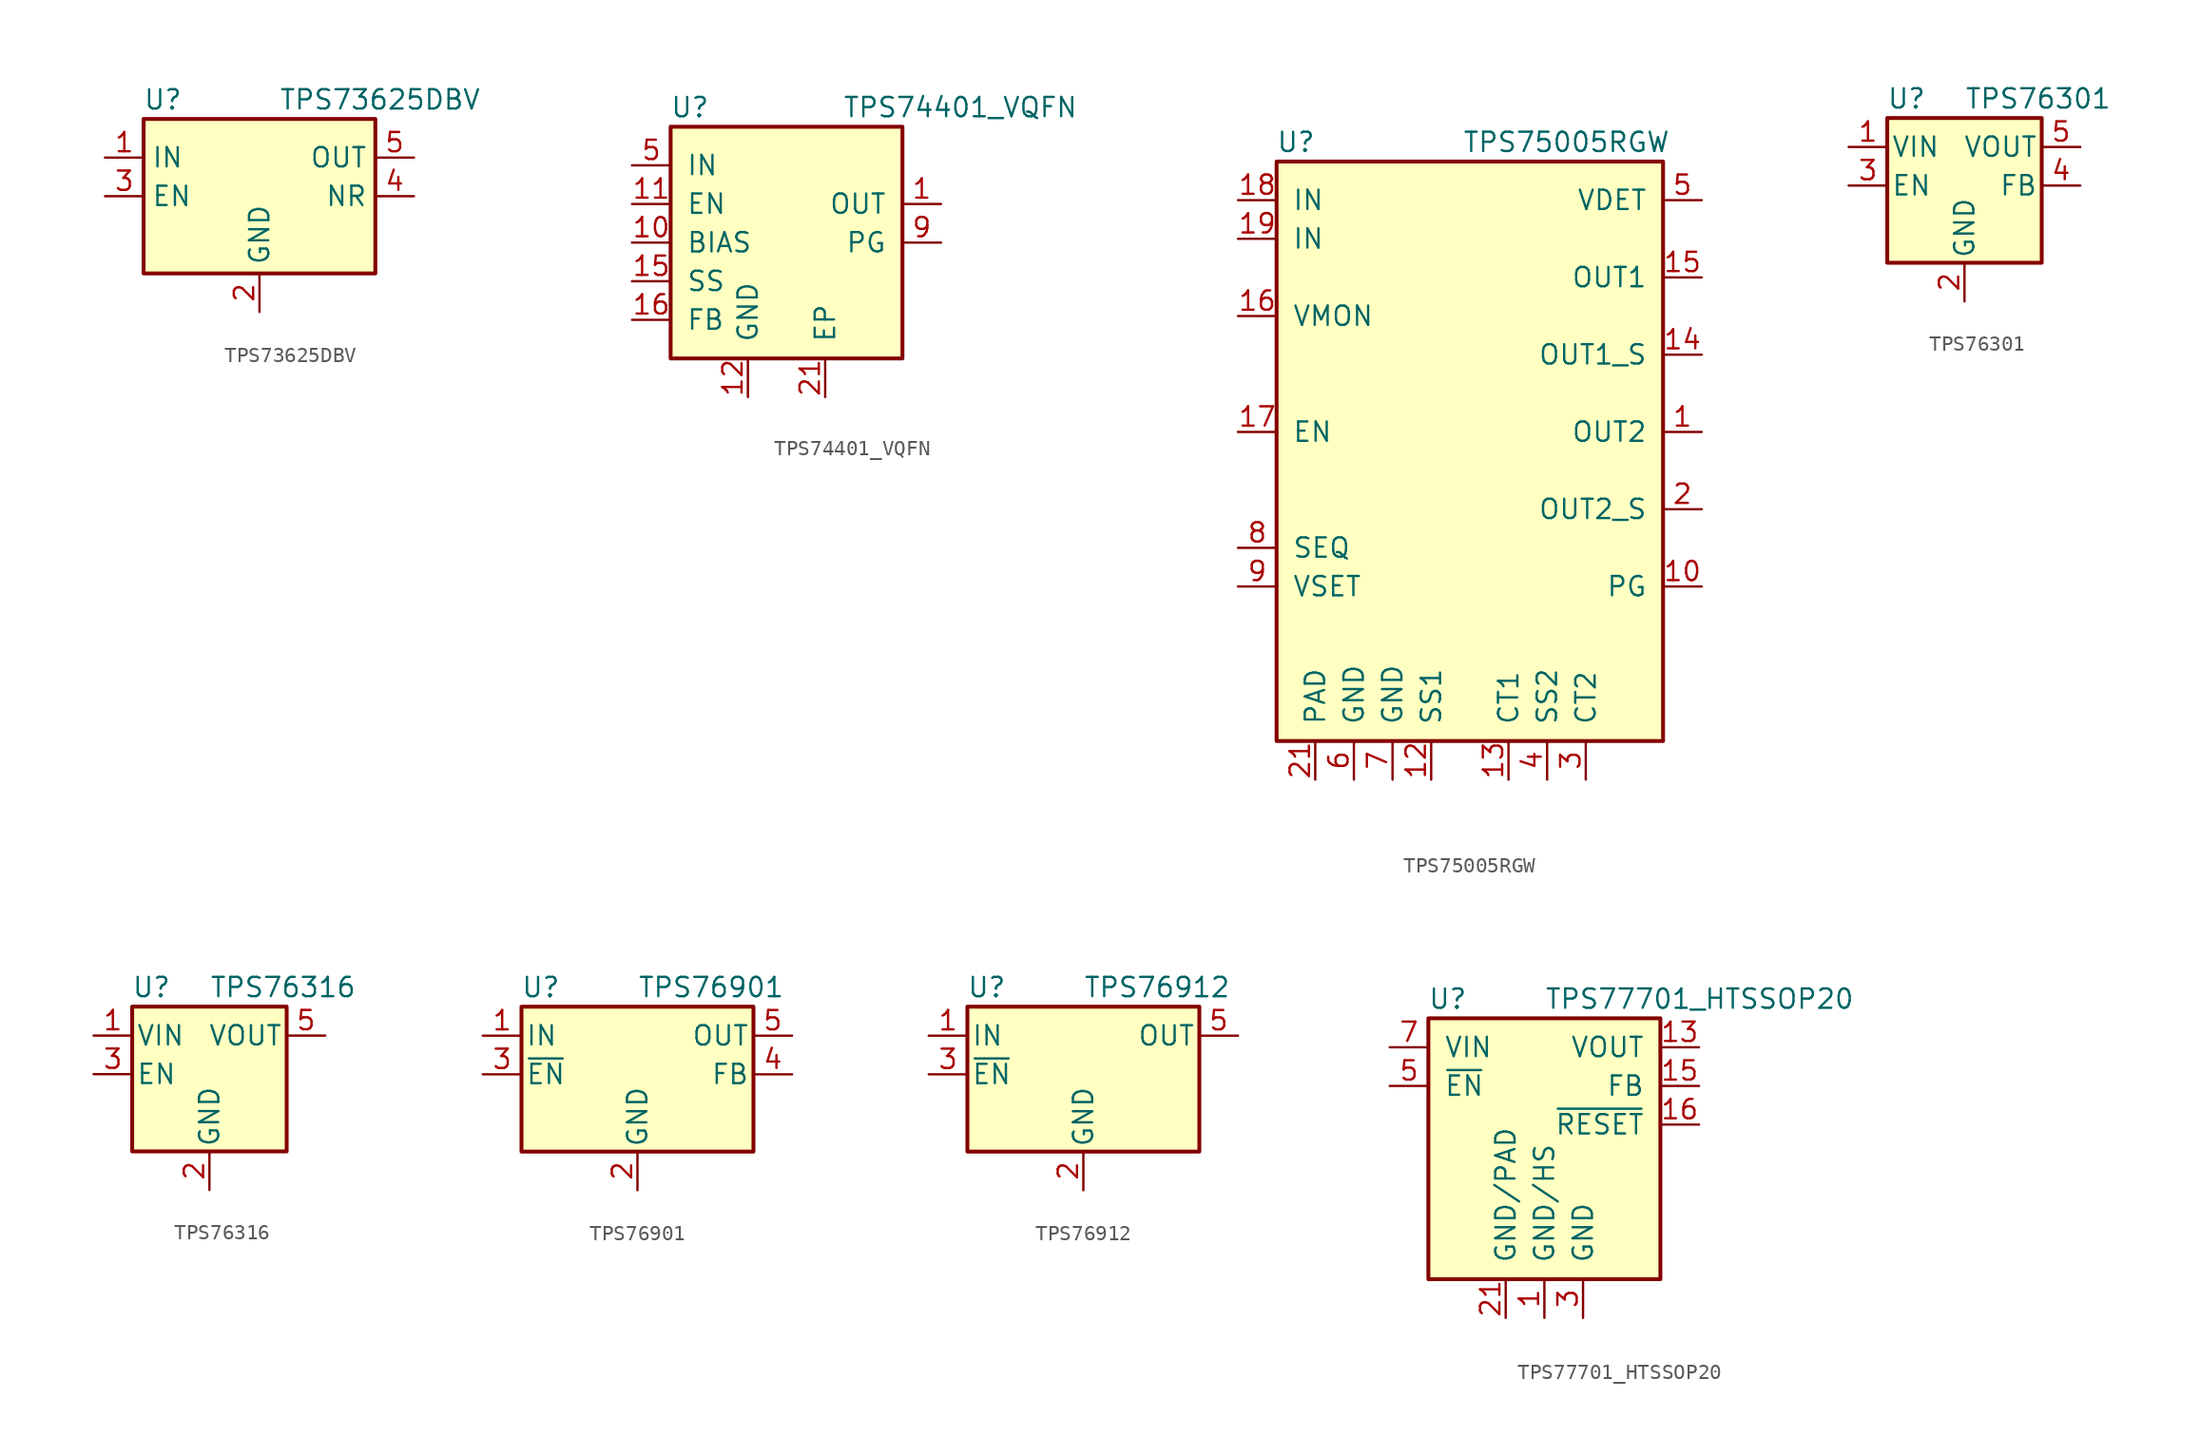
<source format=kicad_sym>
(kicad_symbol_lib
  (version 20241209)
  (generator "kicad_symbol_editor")
  (generator_version "9.0")
  (symbol "TPS73625DBV"
    (property "Reference" "U"
      (at -6.35 6.35 0)
      (effects (font (size 1.27 1.27))))
    (property "Value" "TPS73625DBV"
      (at 1.27 6.35 0)
      (effects (font (size 1.27 1.27)) (justify left)))
    (symbol "TPS73625DBV_0_1"
      (rectangle (start -7.62 -5.08) (end 7.62 5.08) (stroke (width 0.254) (type default)) (fill (type background))))
    (symbol "TPS73625DBV_1_1"
      (pin power_in line (at -10.16 2.54 0) (length 2.54) (name "IN" (effects (font (size 1.27 1.27)))) (number "1" (effects (font (size 1.27 1.27)))))
      (pin input line (at -10.16 0 0) (length 2.54) (name "EN" (effects (font (size 1.27 1.27)))) (number "3" (effects (font (size 1.27 1.27)))))
      (pin power_in line (at 0 -7.62 90) (length 2.54) (name "GND" (effects (font (size 1.27 1.27)))) (number "2" (effects (font (size 1.27 1.27)))))
      (pin power_out line (at 10.16 2.54 180) (length 2.54) (name "OUT" (effects (font (size 1.27 1.27)))) (number "5" (effects (font (size 1.27 1.27)))))
      (pin passive line (at 10.16 0 180) (length 2.54) (name "NR" (effects (font (size 1.27 1.27)))) (number "4" (effects (font (size 1.27 1.27)))))))
  (symbol "TPS74401_VQFN"
    (pin_names
      (offset 1.016))
    (property "Reference" "U"
      (at -6.35 8.89 0)
      (effects (font (size 1.27 1.27))))
    (property "Value" "TPS74401_VQFN"
      (at 11.43 8.89 0)
      (effects (font (size 1.27 1.27))))
    (symbol "TPS74401_VQFN_0_1"
      (rectangle (start -7.62 7.62) (end 7.62 -7.62) (stroke (width 0.254) (type default)) (fill (type background))))
    (symbol "TPS74401_VQFN_1_1"
      (pin power_in line (at -10.16 5.08 0) (length 2.54) (name "IN" (effects (font (size 1.27 1.27)))) (number "5" (effects (font (size 1.27 1.27)))))
      (pin passive line (at -10.16 5.08 0) (length 2.54) (hide yes) (name "IN" (effects (font (size 1.27 1.27)))) (number "6" (effects (font (size 1.27 1.27)))))
      (pin passive line (at -10.16 5.08 0) (length 2.54) (hide yes) (name "IN" (effects (font (size 1.27 1.27)))) (number "7" (effects (font (size 1.27 1.27)))))
      (pin passive line (at -10.16 5.08 0) (length 2.54) (hide yes) (name "IN" (effects (font (size 1.27 1.27)))) (number "8" (effects (font (size 1.27 1.27)))))
      (pin input line (at -10.16 2.54 0) (length 2.54) (name "EN" (effects (font (size 1.27 1.27)))) (number "11" (effects (font (size 1.27 1.27)))))
      (pin input line (at -10.16 0 0) (length 2.54) (name "BIAS" (effects (font (size 1.27 1.27)))) (number "10" (effects (font (size 1.27 1.27)))))
      (pin input line (at -10.16 -2.54 0) (length 2.54) (name "SS" (effects (font (size 1.27 1.27)))) (number "15" (effects (font (size 1.27 1.27)))))
      (pin input line (at -10.16 -5.08 0) (length 2.54) (name "FB" (effects (font (size 1.27 1.27)))) (number "16" (effects (font (size 1.27 1.27)))))
      (pin no_connect line (at -2.54 7.62 270) (length 2.54) (hide yes) (name "NC" (effects (font (size 1.27 1.27)))) (number "2" (effects (font (size 1.27 1.27)))))
      (pin power_in line (at -2.54 -10.16 90) (length 2.54) (name "GND" (effects (font (size 1.27 1.27)))) (number "12" (effects (font (size 1.27 1.27)))))
      (pin no_connect line (at 0 7.62 270) (length 2.54) (hide yes) (name "NC" (effects (font (size 1.27 1.27)))) (number "3" (effects (font (size 1.27 1.27)))))
      (pin no_connect line (at 0 -7.62 90) (length 2.54) (hide yes) (name "NC" (effects (font (size 1.27 1.27)))) (number "13" (effects (font (size 1.27 1.27)))))
      (pin no_connect line (at 2.54 7.62 270) (length 2.54) (hide yes) (name "NC" (effects (font (size 1.27 1.27)))) (number "4" (effects (font (size 1.27 1.27)))))
      (pin power_in line (at 2.54 -10.16 90) (length 2.54) (name "EP" (effects (font (size 1.27 1.27)))) (number "21" (effects (font (size 1.27 1.27)))))
      (pin no_connect line (at 7.62 -2.54 180) (length 2.54) (hide yes) (name "NC" (effects (font (size 1.27 1.27)))) (number "17" (effects (font (size 1.27 1.27)))))
      (pin no_connect line (at 7.62 -5.08 180) (length 2.54) (hide yes) (name "NC" (effects (font (size 1.27 1.27)))) (number "14" (effects (font (size 1.27 1.27)))))
      (pin power_out line (at 10.16 2.54 180) (length 2.54) (name "OUT" (effects (font (size 1.27 1.27)))) (number "1" (effects (font (size 1.27 1.27)))))
      (pin passive line (at 10.16 2.54 180) (length 2.54) (hide yes) (name "OUT" (effects (font (size 1.27 1.27)))) (number "18" (effects (font (size 1.27 1.27)))))
      (pin passive line (at 10.16 2.54 180) (length 2.54) (hide yes) (name "OUT" (effects (font (size 1.27 1.27)))) (number "19" (effects (font (size 1.27 1.27)))))
      (pin passive line (at 10.16 2.54 180) (length 2.54) (hide yes) (name "OUT" (effects (font (size 1.27 1.27)))) (number "20" (effects (font (size 1.27 1.27)))))
      (pin output line (at 10.16 0 180) (length 2.54) (name "PG" (effects (font (size 1.27 1.27)))) (number "9" (effects (font (size 1.27 1.27)))))))
  (symbol "TPS75005RGW"
    (pin_names
      (offset 1.016))
    (property "Reference" "U"
      (at -11.43 19.05 0)
      (effects (font (size 1.27 1.27))))
    (property "Value" "TPS75005RGW"
      (at 6.35 19.05 0)
      (effects (font (size 1.27 1.27))))
    (symbol "TPS75005RGW_0_1"
      (rectangle (start -12.7 17.78) (end 12.7 -20.32) (stroke (width 0.254) (type default)) (fill (type background))))
    (symbol "TPS75005RGW_1_1"
      (pin power_in line (at -15.24 15.24 0) (length 2.54) (name "IN" (effects (font (size 1.27 1.27)))) (number "18" (effects (font (size 1.27 1.27)))))
      (pin power_in line (at -15.24 12.7 0) (length 2.54) (name "IN" (effects (font (size 1.27 1.27)))) (number "19" (effects (font (size 1.27 1.27)))))
      (pin input line (at -15.24 7.62 0) (length 2.54) (name "VMON" (effects (font (size 1.27 1.27)))) (number "16" (effects (font (size 1.27 1.27)))))
      (pin input line (at -15.24 0 0) (length 2.54) (name "EN" (effects (font (size 1.27 1.27)))) (number "17" (effects (font (size 1.27 1.27)))))
      (pin input line (at -15.24 -7.62 0) (length 2.54) (name "SEQ" (effects (font (size 1.27 1.27)))) (number "8" (effects (font (size 1.27 1.27)))))
      (pin input line (at -15.24 -10.16 0) (length 2.54) (name "VSET" (effects (font (size 1.27 1.27)))) (number "9" (effects (font (size 1.27 1.27)))))
      (pin no_connect line (at -12.7 -2.54 0) (length 2.54) (hide yes) (name "NC" (effects (font (size 1.27 1.27)))) (number "20" (effects (font (size 1.27 1.27)))))
      (pin no_connect line (at -12.7 -5.08 0) (length 2.54) (hide yes) (name "TEST" (effects (font (size 1.27 1.27)))) (number "11" (effects (font (size 1.27 1.27)))))
      (pin power_in line (at -10.16 -22.86 90) (length 2.54) (name "PAD" (effects (font (size 1.27 1.27)))) (number "21" (effects (font (size 1.27 1.27)))))
      (pin power_in line (at -7.62 -22.86 90) (length 2.54) (name "GND" (effects (font (size 1.27 1.27)))) (number "6" (effects (font (size 1.27 1.27)))))
      (pin power_in line (at -5.08 -22.86 90) (length 2.54) (name "GND" (effects (font (size 1.27 1.27)))) (number "7" (effects (font (size 1.27 1.27)))))
      (pin input line (at -2.54 -22.86 90) (length 2.54) (name "SS1" (effects (font (size 1.27 1.27)))) (number "12" (effects (font (size 1.27 1.27)))))
      (pin passive line (at 2.54 -22.86 90) (length 2.54) (name "CT1" (effects (font (size 1.27 1.27)))) (number "13" (effects (font (size 1.27 1.27)))))
      (pin input line (at 5.08 -22.86 90) (length 2.54) (name "SS2" (effects (font (size 1.27 1.27)))) (number "4" (effects (font (size 1.27 1.27)))))
      (pin passive line (at 7.62 -22.86 90) (length 2.54) (name "CT2" (effects (font (size 1.27 1.27)))) (number "3" (effects (font (size 1.27 1.27)))))
      (pin output line (at 15.24 15.24 180) (length 2.54) (name "VDET" (effects (font (size 1.27 1.27)))) (number "5" (effects (font (size 1.27 1.27)))))
      (pin power_out line (at 15.24 10.16 180) (length 2.54) (name "OUT1" (effects (font (size 1.27 1.27)))) (number "15" (effects (font (size 1.27 1.27)))))
      (pin input line (at 15.24 5.08 180) (length 2.54) (name "OUT1_S" (effects (font (size 1.27 1.27)))) (number "14" (effects (font (size 1.27 1.27)))))
      (pin power_out line (at 15.24 0 180) (length 2.54) (name "OUT2" (effects (font (size 1.27 1.27)))) (number "1" (effects (font (size 1.27 1.27)))))
      (pin input line (at 15.24 -5.08 180) (length 2.54) (name "OUT2_S" (effects (font (size 1.27 1.27)))) (number "2" (effects (font (size 1.27 1.27)))))
      (pin output line (at 15.24 -10.16 180) (length 2.54) (name "PG" (effects (font (size 1.27 1.27)))) (number "10" (effects (font (size 1.27 1.27)))))))
  (symbol "TPS76301"
    (pin_names
      (offset 0.254))
    (property "Reference" "U"
      (at -3.81 5.715 0)
      (effects (font (size 1.27 1.27))))
    (property "Value" "TPS76301"
      (at 0 5.715 0)
      (effects (font (size 1.27 1.27)) (justify left)))
    (symbol "TPS76301_0_1"
      (rectangle (start -5.08 4.445) (end 5.08 -5.08) (stroke (width 0.254) (type default)) (fill (type background))))
    (symbol "TPS76301_1_1"
      (pin power_in line (at -7.62 2.54 0) (length 2.54) (name "VIN" (effects (font (size 1.27 1.27)))) (number "1" (effects (font (size 1.27 1.27)))))
      (pin input line (at -7.62 0 0) (length 2.54) (name "EN" (effects (font (size 1.27 1.27)))) (number "3" (effects (font (size 1.27 1.27)))))
      (pin power_in line (at 0 -7.62 90) (length 2.54) (name "GND" (effects (font (size 1.27 1.27)))) (number "2" (effects (font (size 1.27 1.27)))))
      (pin power_out line (at 7.62 2.54 180) (length 2.54) (name "VOUT" (effects (font (size 1.27 1.27)))) (number "5" (effects (font (size 1.27 1.27)))))
      (pin input line (at 7.62 0 180) (length 2.54) (name "FB" (effects (font (size 1.27 1.27)))) (number "4" (effects (font (size 1.27 1.27)))))))
  (symbol "TPS76316"
    (pin_names
      (offset 0.254))
    (property "Reference" "U"
      (at -3.81 5.715 0)
      (effects (font (size 1.27 1.27))))
    (property "Value" "TPS76316"
      (at 0 5.715 0)
      (effects (font (size 1.27 1.27)) (justify left)))
    (symbol "TPS76316_0_1"
      (rectangle (start -5.08 4.445) (end 5.08 -5.08) (stroke (width 0.254) (type default)) (fill (type background))))
    (symbol "TPS76316_1_1"
      (pin power_in line (at -7.62 2.54 0) (length 2.54) (name "VIN" (effects (font (size 1.27 1.27)))) (number "1" (effects (font (size 1.27 1.27)))))
      (pin input line (at -7.62 0 0) (length 2.54) (name "EN" (effects (font (size 1.27 1.27)))) (number "3" (effects (font (size 1.27 1.27)))))
      (pin power_in line (at 0 -7.62 90) (length 2.54) (name "GND" (effects (font (size 1.27 1.27)))) (number "2" (effects (font (size 1.27 1.27)))))
      (pin no_connect line (at 5.08 0 180) (length 2.54) (hide yes) (name "NC" (effects (font (size 1.27 1.27)))) (number "4" (effects (font (size 1.27 1.27)))))
      (pin power_out line (at 7.62 2.54 180) (length 2.54) (name "VOUT" (effects (font (size 1.27 1.27)))) (number "5" (effects (font (size 1.27 1.27)))))))
  (symbol "TPS76901"
    (pin_names
      (offset 0.254))
    (property "Reference" "U"
      (at -6.35 5.715 0)
      (effects (font (size 1.27 1.27))))
    (property "Value" "TPS76901"
      (at 0 5.715 0)
      (effects (font (size 1.27 1.27)) (justify left)))
    (symbol "TPS76901_0_1"
      (rectangle (start -7.62 4.445) (end 7.62 -5.08) (stroke (width 0.254) (type default)) (fill (type background))))
    (symbol "TPS76901_1_1"
      (pin power_in line (at -10.16 2.54 0) (length 2.54) (name "IN" (effects (font (size 1.27 1.27)))) (number "1" (effects (font (size 1.27 1.27)))))
      (pin input line (at -10.16 0 0) (length 2.54) (name "~{EN}" (effects (font (size 1.27 1.27)))) (number "3" (effects (font (size 1.27 1.27)))))
      (pin power_in line (at 0 -7.62 90) (length 2.54) (name "GND" (effects (font (size 1.27 1.27)))) (number "2" (effects (font (size 1.27 1.27)))))
      (pin power_out line (at 10.16 2.54 180) (length 2.54) (name "OUT" (effects (font (size 1.27 1.27)))) (number "5" (effects (font (size 1.27 1.27)))))
      (pin input line (at 10.16 0 180) (length 2.54) (name "FB" (effects (font (size 1.27 1.27)))) (number "4" (effects (font (size 1.27 1.27)))))))
  (symbol "TPS76912"
    (pin_names
      (offset 0.254))
    (property "Reference" "U"
      (at -6.35 5.715 0)
      (effects (font (size 1.27 1.27))))
    (property "Value" "TPS76912"
      (at 0 5.715 0)
      (effects (font (size 1.27 1.27)) (justify left)))
    (symbol "TPS76912_0_1"
      (rectangle (start -7.62 4.445) (end 7.62 -5.08) (stroke (width 0.254) (type default)) (fill (type background))))
    (symbol "TPS76912_1_1"
      (pin power_in line (at -10.16 2.54 0) (length 2.54) (name "IN" (effects (font (size 1.27 1.27)))) (number "1" (effects (font (size 1.27 1.27)))))
      (pin input line (at -10.16 0 0) (length 2.54) (name "~{EN}" (effects (font (size 1.27 1.27)))) (number "3" (effects (font (size 1.27 1.27)))))
      (pin power_in line (at 0 -7.62 90) (length 2.54) (name "GND" (effects (font (size 1.27 1.27)))) (number "2" (effects (font (size 1.27 1.27)))))
      (pin no_connect line (at 7.62 0 180) (length 2.54) (hide yes) (name "NC" (effects (font (size 1.27 1.27)))) (number "4" (effects (font (size 1.27 1.27)))))
      (pin power_out line (at 10.16 2.54 180) (length 2.54) (name "OUT" (effects (font (size 1.27 1.27)))) (number "5" (effects (font (size 1.27 1.27)))))))
  (symbol "TPS77701_HTSSOP20"
    (pin_names
      (offset 1.016))
    (property "Reference" "U"
      (at -6.35 5.715 0)
      (effects (font (size 1.27 1.27))))
    (property "Value" "TPS77701_HTSSOP20"
      (at 0 5.715 0)
      (effects (font (size 1.27 1.27)) (justify left)))
    (symbol "TPS77701_HTSSOP20_0_1"
      (rectangle (start -7.62 4.445) (end 7.62 -12.7) (stroke (width 0.254) (type default)) (fill (type background))))
    (symbol "TPS77701_HTSSOP20_1_1"
      (pin passive line (at -10.16 2.54 0) (length 2.54) (hide yes) (name "VIN" (effects (font (size 1.27 1.27)))) (number "6" (effects (font (size 1.27 1.27)))))
      (pin power_in line (at -10.16 2.54 0) (length 2.54) (name "VIN" (effects (font (size 1.27 1.27)))) (number "7" (effects (font (size 1.27 1.27)))))
      (pin input line (at -10.16 0 0) (length 2.54) (name "~{EN}" (effects (font (size 1.27 1.27)))) (number "5" (effects (font (size 1.27 1.27)))))
      (pin no_connect line (at -7.62 -2.54 0) (length 2.54) (hide yes) (name "NC" (effects (font (size 1.27 1.27)))) (number "4" (effects (font (size 1.27 1.27)))))
      (pin no_connect line (at -7.62 -5.08 0) (length 2.54) (hide yes) (name "NC" (effects (font (size 1.27 1.27)))) (number "8" (effects (font (size 1.27 1.27)))))
      (pin power_in line (at -2.54 -15.24 90) (length 2.54) (name "GND/PAD" (effects (font (size 1.27 1.27)))) (number "21" (effects (font (size 1.27 1.27)))))
      (pin power_in line (at 0 -15.24 90) (length 2.54) (name "GND/HS" (effects (font (size 1.27 1.27)))) (number "1" (effects (font (size 1.27 1.27)))))
      (pin passive line (at 0 -15.24 90) (length 2.54) (hide yes) (name "GND/HS" (effects (font (size 1.27 1.27)))) (number "10" (effects (font (size 1.27 1.27)))))
      (pin passive line (at 0 -15.24 90) (length 2.54) (hide yes) (name "GND/HS" (effects (font (size 1.27 1.27)))) (number "11" (effects (font (size 1.27 1.27)))))
      (pin passive line (at 0 -15.24 90) (length 2.54) (hide yes) (name "GND/HS" (effects (font (size 1.27 1.27)))) (number "12" (effects (font (size 1.27 1.27)))))
      (pin passive line (at 0 -15.24 90) (length 2.54) (hide yes) (name "GND/HS" (effects (font (size 1.27 1.27)))) (number "19" (effects (font (size 1.27 1.27)))))
      (pin passive line (at 0 -15.24 90) (length 2.54) (hide yes) (name "GND/HS" (effects (font (size 1.27 1.27)))) (number "2" (effects (font (size 1.27 1.27)))))
      (pin passive line (at 0 -15.24 90) (length 2.54) (hide yes) (name "GND/HS" (effects (font (size 1.27 1.27)))) (number "20" (effects (font (size 1.27 1.27)))))
      (pin passive line (at 0 -15.24 90) (length 2.54) (hide yes) (name "GND/HS" (effects (font (size 1.27 1.27)))) (number "9" (effects (font (size 1.27 1.27)))))
      (pin power_in line (at 2.54 -15.24 90) (length 2.54) (name "GND" (effects (font (size 1.27 1.27)))) (number "3" (effects (font (size 1.27 1.27)))))
      (pin no_connect line (at 7.62 -5.08 180) (length 2.54) (hide yes) (name "NC" (effects (font (size 1.27 1.27)))) (number "17" (effects (font (size 1.27 1.27)))))
      (pin no_connect line (at 7.62 -7.62 180) (length 2.54) (hide yes) (name "NC" (effects (font (size 1.27 1.27)))) (number "18" (effects (font (size 1.27 1.27)))))
      (pin power_out line (at 10.16 2.54 180) (length 2.54) (name "VOUT" (effects (font (size 1.27 1.27)))) (number "13" (effects (font (size 1.27 1.27)))))
      (pin passive line (at 10.16 2.54 180) (length 2.54) (hide yes) (name "VOUT" (effects (font (size 1.27 1.27)))) (number "14" (effects (font (size 1.27 1.27)))))
      (pin passive line (at 10.16 0 180) (length 2.54) (name "FB" (effects (font (size 1.27 1.27)))) (number "15" (effects (font (size 1.27 1.27)))))
      (pin open_collector line (at 10.16 -2.54 180) (length 2.54) (name "~{RESET}" (effects (font (size 1.27 1.27)))) (number "16" (effects (font (size 1.27 1.27))))))))
</source>
